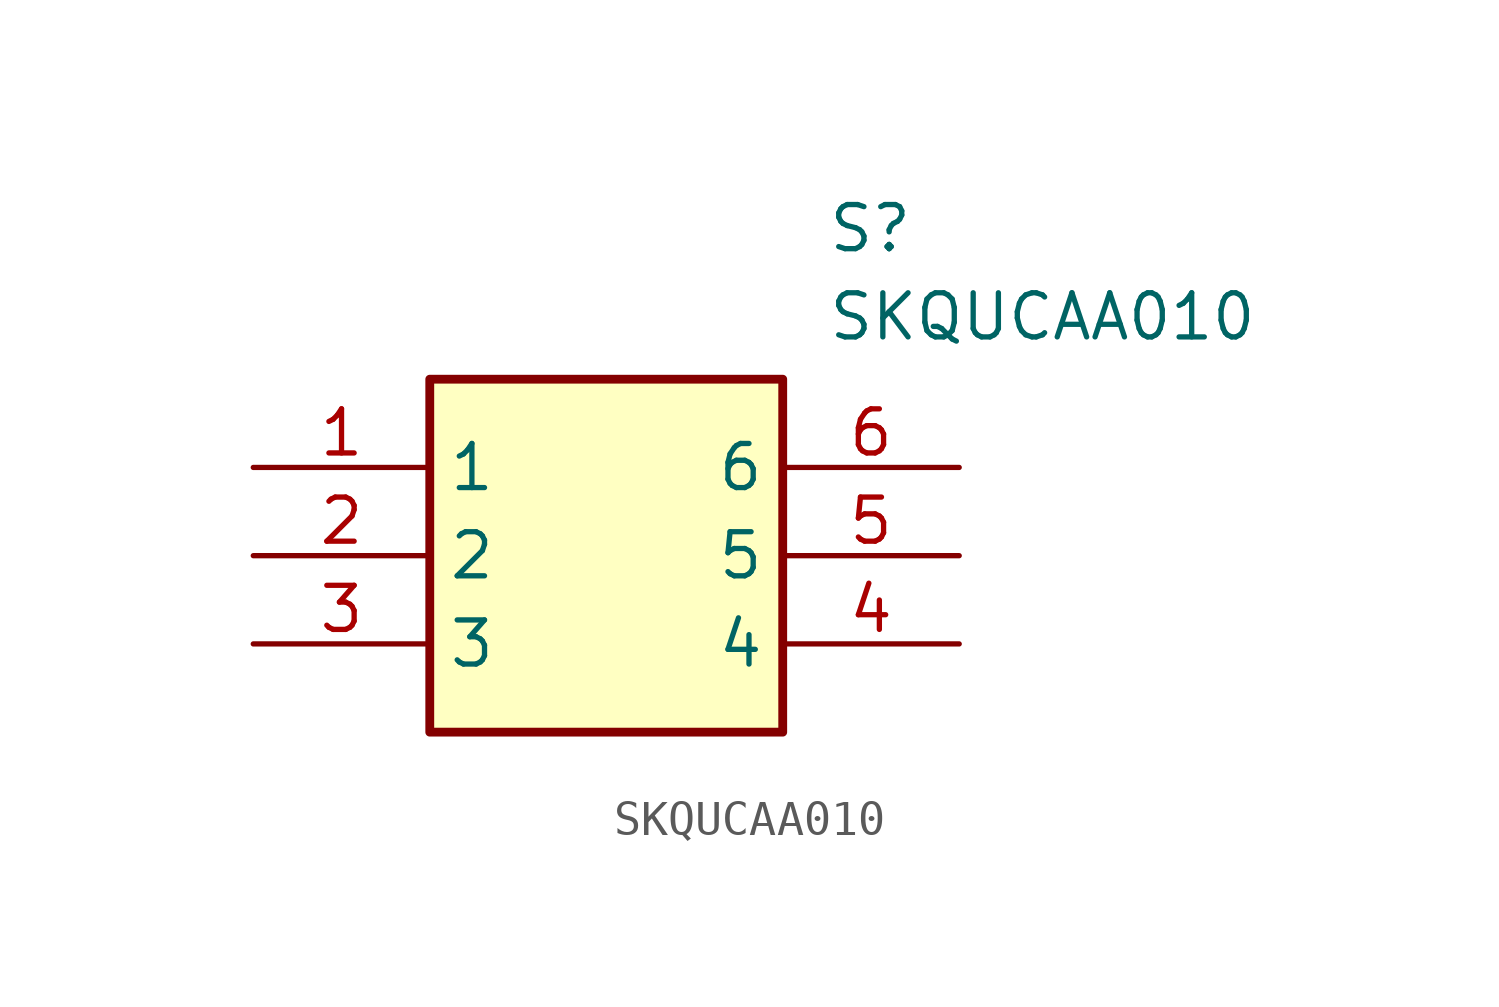
<source format=kicad_sym>
(kicad_symbol_lib
  (version 20220914)
  (generator SamacSys_ECAD_Model)
  (symbol "SKQUCAA010"
    (property "Reference" "S"
      (at 16.51 7.62 0)
      (effects (font (size 1.27 1.27)) (justify left top)))
    (property "Value" "SKQUCAA010"
      (at 16.51 5.08 0)
      (effects (font (size 1.27 1.27)) (justify left top)))
    (rectangle
      (start 5.08 2.54)
      (end 15.24 -7.62)
      (stroke (width 0.254) (type default))
      (fill (type background)))
    (pin passive line
      (at 0 0 0)
      (length 5.08)
      (name "1" (effects (font (size 1.27 1.27))))
      (number "1" (effects (font (size 1.27 1.27)))))
    (pin passive line
      (at 0 -2.54 0)
      (length 5.08)
      (name "2" (effects (font (size 1.27 1.27))))
      (number "2" (effects (font (size 1.27 1.27)))))
    (pin passive line
      (at 0 -5.08 0)
      (length 5.08)
      (name "3" (effects (font (size 1.27 1.27))))
      (number "3" (effects (font (size 1.27 1.27)))))
    (pin passive line
      (at 20.32 -5.08 180)
      (length 5.08)
      (name "4" (effects (font (size 1.27 1.27))))
      (number "4" (effects (font (size 1.27 1.27)))))
    (pin passive line
      (at 20.32 -2.54 180)
      (length 5.08)
      (name "5" (effects (font (size 1.27 1.27))))
      (number "5" (effects (font (size 1.27 1.27)))))
    (pin passive line
      (at 20.32 0 180)
      (length 5.08)
      (name "6" (effects (font (size 1.27 1.27))))
      (number "6" (effects (font (size 1.27 1.27)))))))
</source>
